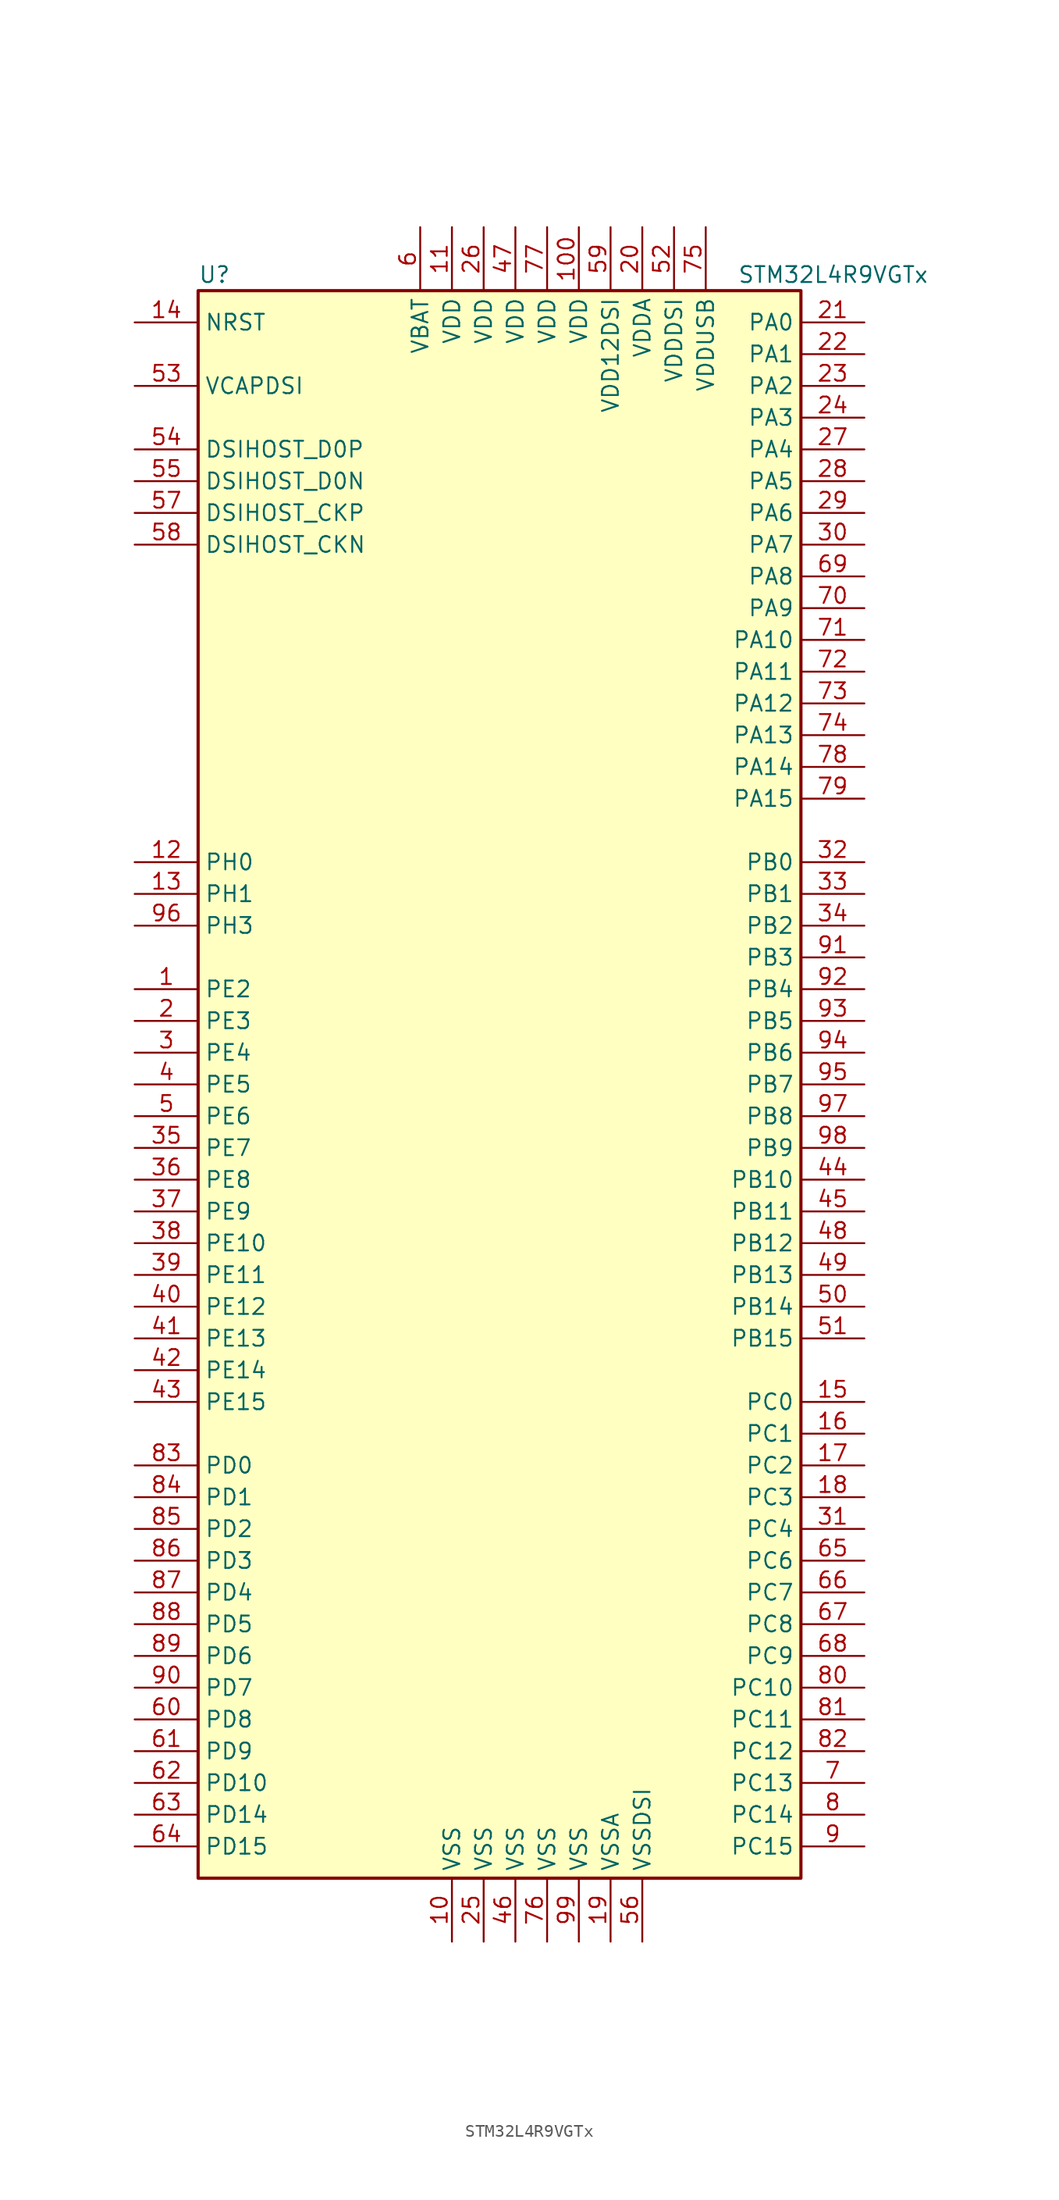
<source format=kicad_sym>
(kicad_symbol_lib
  (version 20201005)
  (generator kicad_symbol_editor)
  (symbol "STM32L4R9VGTx"
    (property "Reference" "U"
      (at -25.4 64.77 0)
      (effects (font (size 1.27 1.27)) (justify left)))
    (property "Value" "STM32L4R9VGTx"
      (at 17.78 64.77 0)
      (effects (font (size 1.27 1.27)) (justify left)))
    (symbol "STM32L4R9VGTx_0_1"
      (rectangle (start -25.4 -63.5) (end 22.86 63.5) (stroke (width 0.254)) (fill (type background))))
    (symbol "STM32L4R9VGTx_1_1"
      (pin bidirectional line (at -30.48 43.18 0) (length 5.08) (name "DSIHOST_CKN" (effects (font (size 1.27 1.27)))) (number "58" (effects (font (size 1.27 1.27)))))
      (pin bidirectional line (at -30.48 45.72 0) (length 5.08) (name "DSIHOST_CKP" (effects (font (size 1.27 1.27)))) (number "57" (effects (font (size 1.27 1.27)))))
      (pin bidirectional line (at -30.48 48.26 0) (length 5.08) (name "DSIHOST_D0N" (effects (font (size 1.27 1.27)))) (number "55" (effects (font (size 1.27 1.27)))))
      (pin bidirectional line (at -30.48 50.8 0) (length 5.08) (name "DSIHOST_D0P" (effects (font (size 1.27 1.27)))) (number "54" (effects (font (size 1.27 1.27)))))
      (pin input line (at -30.48 60.96 0) (length 5.08) (name "NRST" (effects (font (size 1.27 1.27)))) (number "14" (effects (font (size 1.27 1.27)))))
      (pin bidirectional line (at 27.94 60.96 180) (length 5.08) (name "PA0" (effects (font (size 1.27 1.27)))) (number "21" (effects (font (size 1.27 1.27)))))
      (pin bidirectional line (at 27.94 58.42 180) (length 5.08) (name "PA1" (effects (font (size 1.27 1.27)))) (number "22" (effects (font (size 1.27 1.27)))))
      (pin bidirectional line (at 27.94 35.56 180) (length 5.08) (name "PA10" (effects (font (size 1.27 1.27)))) (number "71" (effects (font (size 1.27 1.27)))))
      (pin bidirectional line (at 27.94 33.02 180) (length 5.08) (name "PA11" (effects (font (size 1.27 1.27)))) (number "72" (effects (font (size 1.27 1.27)))))
      (pin bidirectional line (at 27.94 30.48 180) (length 5.08) (name "PA12" (effects (font (size 1.27 1.27)))) (number "73" (effects (font (size 1.27 1.27)))))
      (pin bidirectional line (at 27.94 27.94 180) (length 5.08) (name "PA13" (effects (font (size 1.27 1.27)))) (number "74" (effects (font (size 1.27 1.27)))))
      (pin bidirectional line (at 27.94 25.4 180) (length 5.08) (name "PA14" (effects (font (size 1.27 1.27)))) (number "78" (effects (font (size 1.27 1.27)))))
      (pin bidirectional line (at 27.94 22.86 180) (length 5.08) (name "PA15" (effects (font (size 1.27 1.27)))) (number "79" (effects (font (size 1.27 1.27)))))
      (pin bidirectional line (at 27.94 55.88 180) (length 5.08) (name "PA2" (effects (font (size 1.27 1.27)))) (number "23" (effects (font (size 1.27 1.27)))))
      (pin bidirectional line (at 27.94 53.34 180) (length 5.08) (name "PA3" (effects (font (size 1.27 1.27)))) (number "24" (effects (font (size 1.27 1.27)))))
      (pin bidirectional line (at 27.94 50.8 180) (length 5.08) (name "PA4" (effects (font (size 1.27 1.27)))) (number "27" (effects (font (size 1.27 1.27)))))
      (pin bidirectional line (at 27.94 48.26 180) (length 5.08) (name "PA5" (effects (font (size 1.27 1.27)))) (number "28" (effects (font (size 1.27 1.27)))))
      (pin bidirectional line (at 27.94 45.72 180) (length 5.08) (name "PA6" (effects (font (size 1.27 1.27)))) (number "29" (effects (font (size 1.27 1.27)))))
      (pin bidirectional line (at 27.94 43.18 180) (length 5.08) (name "PA7" (effects (font (size 1.27 1.27)))) (number "30" (effects (font (size 1.27 1.27)))))
      (pin bidirectional line (at 27.94 40.64 180) (length 5.08) (name "PA8" (effects (font (size 1.27 1.27)))) (number "69" (effects (font (size 1.27 1.27)))))
      (pin bidirectional line (at 27.94 38.1 180) (length 5.08) (name "PA9" (effects (font (size 1.27 1.27)))) (number "70" (effects (font (size 1.27 1.27)))))
      (pin bidirectional line (at 27.94 17.78 180) (length 5.08) (name "PB0" (effects (font (size 1.27 1.27)))) (number "32" (effects (font (size 1.27 1.27)))))
      (pin bidirectional line (at 27.94 15.24 180) (length 5.08) (name "PB1" (effects (font (size 1.27 1.27)))) (number "33" (effects (font (size 1.27 1.27)))))
      (pin bidirectional line (at 27.94 -7.62 180) (length 5.08) (name "PB10" (effects (font (size 1.27 1.27)))) (number "44" (effects (font (size 1.27 1.27)))))
      (pin bidirectional line (at 27.94 -10.16 180) (length 5.08) (name "PB11" (effects (font (size 1.27 1.27)))) (number "45" (effects (font (size 1.27 1.27)))))
      (pin bidirectional line (at 27.94 -12.7 180) (length 5.08) (name "PB12" (effects (font (size 1.27 1.27)))) (number "48" (effects (font (size 1.27 1.27)))))
      (pin bidirectional line (at 27.94 -15.24 180) (length 5.08) (name "PB13" (effects (font (size 1.27 1.27)))) (number "49" (effects (font (size 1.27 1.27)))))
      (pin bidirectional line (at 27.94 -17.78 180) (length 5.08) (name "PB14" (effects (font (size 1.27 1.27)))) (number "50" (effects (font (size 1.27 1.27)))))
      (pin bidirectional line (at 27.94 -20.32 180) (length 5.08) (name "PB15" (effects (font (size 1.27 1.27)))) (number "51" (effects (font (size 1.27 1.27)))))
      (pin bidirectional line (at 27.94 12.7 180) (length 5.08) (name "PB2" (effects (font (size 1.27 1.27)))) (number "34" (effects (font (size 1.27 1.27)))))
      (pin bidirectional line (at 27.94 10.16 180) (length 5.08) (name "PB3" (effects (font (size 1.27 1.27)))) (number "91" (effects (font (size 1.27 1.27)))))
      (pin bidirectional line (at 27.94 7.62 180) (length 5.08) (name "PB4" (effects (font (size 1.27 1.27)))) (number "92" (effects (font (size 1.27 1.27)))))
      (pin bidirectional line (at 27.94 5.08 180) (length 5.08) (name "PB5" (effects (font (size 1.27 1.27)))) (number "93" (effects (font (size 1.27 1.27)))))
      (pin bidirectional line (at 27.94 2.54 180) (length 5.08) (name "PB6" (effects (font (size 1.27 1.27)))) (number "94" (effects (font (size 1.27 1.27)))))
      (pin bidirectional line (at 27.94 0 180) (length 5.08) (name "PB7" (effects (font (size 1.27 1.27)))) (number "95" (effects (font (size 1.27 1.27)))))
      (pin bidirectional line (at 27.94 -2.54 180) (length 5.08) (name "PB8" (effects (font (size 1.27 1.27)))) (number "97" (effects (font (size 1.27 1.27)))))
      (pin bidirectional line (at 27.94 -5.08 180) (length 5.08) (name "PB9" (effects (font (size 1.27 1.27)))) (number "98" (effects (font (size 1.27 1.27)))))
      (pin bidirectional line (at 27.94 -25.4 180) (length 5.08) (name "PC0" (effects (font (size 1.27 1.27)))) (number "15" (effects (font (size 1.27 1.27)))))
      (pin bidirectional line (at 27.94 -27.94 180) (length 5.08) (name "PC1" (effects (font (size 1.27 1.27)))) (number "16" (effects (font (size 1.27 1.27)))))
      (pin bidirectional line (at 27.94 -48.26 180) (length 5.08) (name "PC10" (effects (font (size 1.27 1.27)))) (number "80" (effects (font (size 1.27 1.27)))))
      (pin bidirectional line (at 27.94 -50.8 180) (length 5.08) (name "PC11" (effects (font (size 1.27 1.27)))) (number "81" (effects (font (size 1.27 1.27)))))
      (pin bidirectional line (at 27.94 -53.34 180) (length 5.08) (name "PC12" (effects (font (size 1.27 1.27)))) (number "82" (effects (font (size 1.27 1.27)))))
      (pin bidirectional line (at 27.94 -55.88 180) (length 5.08) (name "PC13" (effects (font (size 1.27 1.27)))) (number "7" (effects (font (size 1.27 1.27)))))
      (pin bidirectional line (at 27.94 -58.42 180) (length 5.08) (name "PC14" (effects (font (size 1.27 1.27)))) (number "8" (effects (font (size 1.27 1.27)))))
      (pin bidirectional line (at 27.94 -60.96 180) (length 5.08) (name "PC15" (effects (font (size 1.27 1.27)))) (number "9" (effects (font (size 1.27 1.27)))))
      (pin bidirectional line (at 27.94 -30.48 180) (length 5.08) (name "PC2" (effects (font (size 1.27 1.27)))) (number "17" (effects (font (size 1.27 1.27)))))
      (pin bidirectional line (at 27.94 -33.02 180) (length 5.08) (name "PC3" (effects (font (size 1.27 1.27)))) (number "18" (effects (font (size 1.27 1.27)))))
      (pin bidirectional line (at 27.94 -35.56 180) (length 5.08) (name "PC4" (effects (font (size 1.27 1.27)))) (number "31" (effects (font (size 1.27 1.27)))))
      (pin bidirectional line (at 27.94 -38.1 180) (length 5.08) (name "PC6" (effects (font (size 1.27 1.27)))) (number "65" (effects (font (size 1.27 1.27)))))
      (pin bidirectional line (at 27.94 -40.64 180) (length 5.08) (name "PC7" (effects (font (size 1.27 1.27)))) (number "66" (effects (font (size 1.27 1.27)))))
      (pin bidirectional line (at 27.94 -43.18 180) (length 5.08) (name "PC8" (effects (font (size 1.27 1.27)))) (number "67" (effects (font (size 1.27 1.27)))))
      (pin bidirectional line (at 27.94 -45.72 180) (length 5.08) (name "PC9" (effects (font (size 1.27 1.27)))) (number "68" (effects (font (size 1.27 1.27)))))
      (pin bidirectional line (at -30.48 -30.48 0) (length 5.08) (name "PD0" (effects (font (size 1.27 1.27)))) (number "83" (effects (font (size 1.27 1.27)))))
      (pin bidirectional line (at -30.48 -33.02 0) (length 5.08) (name "PD1" (effects (font (size 1.27 1.27)))) (number "84" (effects (font (size 1.27 1.27)))))
      (pin bidirectional line (at -30.48 -55.88 0) (length 5.08) (name "PD10" (effects (font (size 1.27 1.27)))) (number "62" (effects (font (size 1.27 1.27)))))
      (pin bidirectional line (at -30.48 -58.42 0) (length 5.08) (name "PD14" (effects (font (size 1.27 1.27)))) (number "63" (effects (font (size 1.27 1.27)))))
      (pin bidirectional line (at -30.48 -60.96 0) (length 5.08) (name "PD15" (effects (font (size 1.27 1.27)))) (number "64" (effects (font (size 1.27 1.27)))))
      (pin bidirectional line (at -30.48 -35.56 0) (length 5.08) (name "PD2" (effects (font (size 1.27 1.27)))) (number "85" (effects (font (size 1.27 1.27)))))
      (pin bidirectional line (at -30.48 -38.1 0) (length 5.08) (name "PD3" (effects (font (size 1.27 1.27)))) (number "86" (effects (font (size 1.27 1.27)))))
      (pin bidirectional line (at -30.48 -40.64 0) (length 5.08) (name "PD4" (effects (font (size 1.27 1.27)))) (number "87" (effects (font (size 1.27 1.27)))))
      (pin bidirectional line (at -30.48 -43.18 0) (length 5.08) (name "PD5" (effects (font (size 1.27 1.27)))) (number "88" (effects (font (size 1.27 1.27)))))
      (pin bidirectional line (at -30.48 -45.72 0) (length 5.08) (name "PD6" (effects (font (size 1.27 1.27)))) (number "89" (effects (font (size 1.27 1.27)))))
      (pin bidirectional line (at -30.48 -48.26 0) (length 5.08) (name "PD7" (effects (font (size 1.27 1.27)))) (number "90" (effects (font (size 1.27 1.27)))))
      (pin bidirectional line (at -30.48 -50.8 0) (length 5.08) (name "PD8" (effects (font (size 1.27 1.27)))) (number "60" (effects (font (size 1.27 1.27)))))
      (pin bidirectional line (at -30.48 -53.34 0) (length 5.08) (name "PD9" (effects (font (size 1.27 1.27)))) (number "61" (effects (font (size 1.27 1.27)))))
      (pin bidirectional line (at -30.48 -12.7 0) (length 5.08) (name "PE10" (effects (font (size 1.27 1.27)))) (number "38" (effects (font (size 1.27 1.27)))))
      (pin bidirectional line (at -30.48 -15.24 0) (length 5.08) (name "PE11" (effects (font (size 1.27 1.27)))) (number "39" (effects (font (size 1.27 1.27)))))
      (pin bidirectional line (at -30.48 -17.78 0) (length 5.08) (name "PE12" (effects (font (size 1.27 1.27)))) (number "40" (effects (font (size 1.27 1.27)))))
      (pin bidirectional line (at -30.48 -20.32 0) (length 5.08) (name "PE13" (effects (font (size 1.27 1.27)))) (number "41" (effects (font (size 1.27 1.27)))))
      (pin bidirectional line (at -30.48 -22.86 0) (length 5.08) (name "PE14" (effects (font (size 1.27 1.27)))) (number "42" (effects (font (size 1.27 1.27)))))
      (pin bidirectional line (at -30.48 -25.4 0) (length 5.08) (name "PE15" (effects (font (size 1.27 1.27)))) (number "43" (effects (font (size 1.27 1.27)))))
      (pin bidirectional line (at -30.48 7.62 0) (length 5.08) (name "PE2" (effects (font (size 1.27 1.27)))) (number "1" (effects (font (size 1.27 1.27)))))
      (pin bidirectional line (at -30.48 5.08 0) (length 5.08) (name "PE3" (effects (font (size 1.27 1.27)))) (number "2" (effects (font (size 1.27 1.27)))))
      (pin bidirectional line (at -30.48 2.54 0) (length 5.08) (name "PE4" (effects (font (size 1.27 1.27)))) (number "3" (effects (font (size 1.27 1.27)))))
      (pin bidirectional line (at -30.48 0 0) (length 5.08) (name "PE5" (effects (font (size 1.27 1.27)))) (number "4" (effects (font (size 1.27 1.27)))))
      (pin bidirectional line (at -30.48 -2.54 0) (length 5.08) (name "PE6" (effects (font (size 1.27 1.27)))) (number "5" (effects (font (size 1.27 1.27)))))
      (pin bidirectional line (at -30.48 -5.08 0) (length 5.08) (name "PE7" (effects (font (size 1.27 1.27)))) (number "35" (effects (font (size 1.27 1.27)))))
      (pin bidirectional line (at -30.48 -7.62 0) (length 5.08) (name "PE8" (effects (font (size 1.27 1.27)))) (number "36" (effects (font (size 1.27 1.27)))))
      (pin bidirectional line (at -30.48 -10.16 0) (length 5.08) (name "PE9" (effects (font (size 1.27 1.27)))) (number "37" (effects (font (size 1.27 1.27)))))
      (pin input line (at -30.48 17.78 0) (length 5.08) (name "PH0" (effects (font (size 1.27 1.27)))) (number "12" (effects (font (size 1.27 1.27)))))
      (pin input line (at -30.48 15.24 0) (length 5.08) (name "PH1" (effects (font (size 1.27 1.27)))) (number "13" (effects (font (size 1.27 1.27)))))
      (pin bidirectional line (at -30.48 12.7 0) (length 5.08) (name "PH3" (effects (font (size 1.27 1.27)))) (number "96" (effects (font (size 1.27 1.27)))))
      (pin power_in line (at -7.62 68.58 270) (length 5.08) (name "VBAT" (effects (font (size 1.27 1.27)))) (number "6" (effects (font (size 1.27 1.27)))))
      (pin power_in line (at -30.48 55.88 0) (length 5.08) (name "VCAPDSI" (effects (font (size 1.27 1.27)))) (number "53" (effects (font (size 1.27 1.27)))))
      (pin power_in line (at 5.08 68.58 270) (length 5.08) (name "VDD" (effects (font (size 1.27 1.27)))) (number "100" (effects (font (size 1.27 1.27)))))
      (pin power_in line (at -5.08 68.58 270) (length 5.08) (name "VDD" (effects (font (size 1.27 1.27)))) (number "11" (effects (font (size 1.27 1.27)))))
      (pin power_in line (at -2.54 68.58 270) (length 5.08) (name "VDD" (effects (font (size 1.27 1.27)))) (number "26" (effects (font (size 1.27 1.27)))))
      (pin power_in line (at 0 68.58 270) (length 5.08) (name "VDD" (effects (font (size 1.27 1.27)))) (number "47" (effects (font (size 1.27 1.27)))))
      (pin power_in line (at 2.54 68.58 270) (length 5.08) (name "VDD" (effects (font (size 1.27 1.27)))) (number "77" (effects (font (size 1.27 1.27)))))
      (pin power_in line (at 7.62 68.58 270) (length 5.08) (name "VDD12DSI" (effects (font (size 1.27 1.27)))) (number "59" (effects (font (size 1.27 1.27)))))
      (pin power_in line (at 10.16 68.58 270) (length 5.08) (name "VDDA" (effects (font (size 1.27 1.27)))) (number "20" (effects (font (size 1.27 1.27)))))
      (pin power_in line (at 12.7 68.58 270) (length 5.08) (name "VDDDSI" (effects (font (size 1.27 1.27)))) (number "52" (effects (font (size 1.27 1.27)))))
      (pin power_in line (at 15.24 68.58 270) (length 5.08) (name "VDDUSB" (effects (font (size 1.27 1.27)))) (number "75" (effects (font (size 1.27 1.27)))))
      (pin power_in line (at -5.08 -68.58 90) (length 5.08) (name "VSS" (effects (font (size 1.27 1.27)))) (number "10" (effects (font (size 1.27 1.27)))))
      (pin power_in line (at -2.54 -68.58 90) (length 5.08) (name "VSS" (effects (font (size 1.27 1.27)))) (number "25" (effects (font (size 1.27 1.27)))))
      (pin power_in line (at 0 -68.58 90) (length 5.08) (name "VSS" (effects (font (size 1.27 1.27)))) (number "46" (effects (font (size 1.27 1.27)))))
      (pin power_in line (at 2.54 -68.58 90) (length 5.08) (name "VSS" (effects (font (size 1.27 1.27)))) (number "76" (effects (font (size 1.27 1.27)))))
      (pin power_in line (at 5.08 -68.58 90) (length 5.08) (name "VSS" (effects (font (size 1.27 1.27)))) (number "99" (effects (font (size 1.27 1.27)))))
      (pin power_in line (at 7.62 -68.58 90) (length 5.08) (name "VSSA" (effects (font (size 1.27 1.27)))) (number "19" (effects (font (size 1.27 1.27)))))
      (pin power_in line (at 10.16 -68.58 90) (length 5.08) (name "VSSDSI" (effects (font (size 1.27 1.27)))) (number "56" (effects (font (size 1.27 1.27))))))))
</source>
